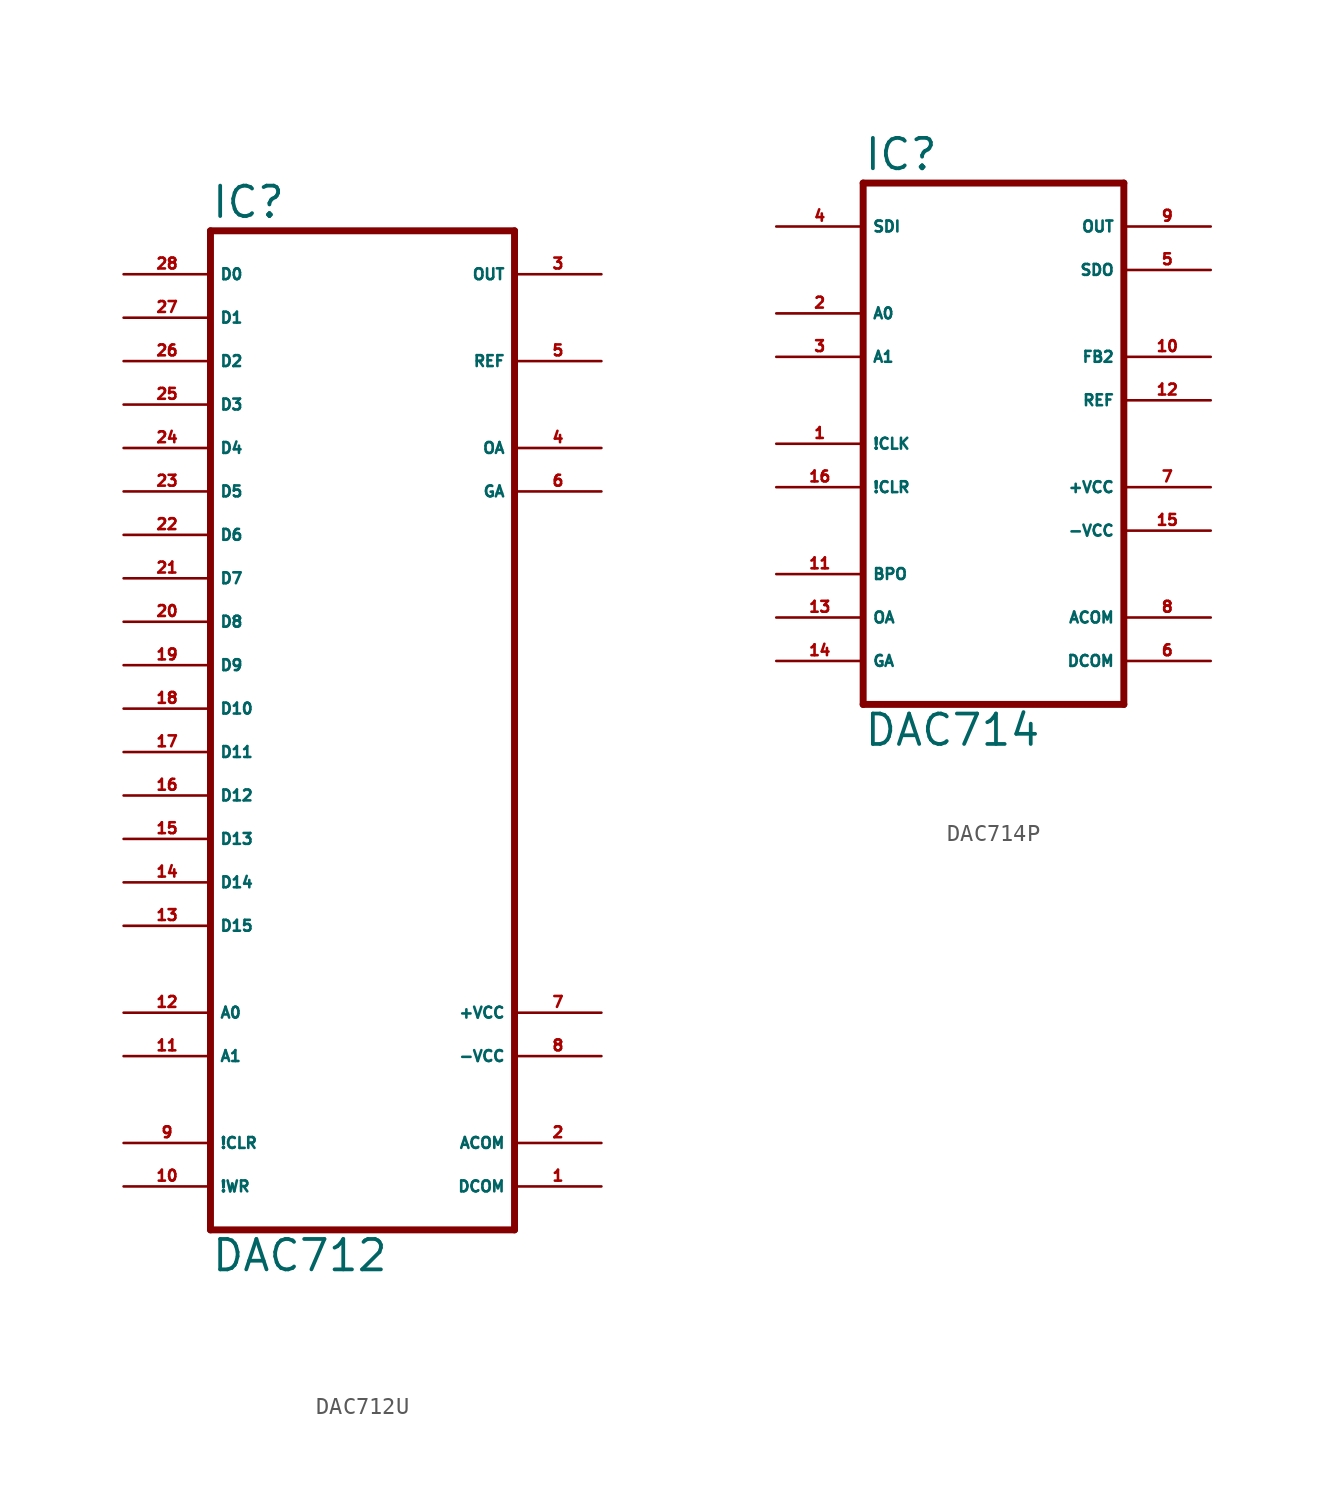
<source format=kicad_sym>
(kicad_symbol_lib
  (version 20220914)
  (generator Eagle2Kicad)
  (symbol "DAC712U"
    (property "Reference" "IC"
      (at -7.62 26.035 0)
      (effects (font (size 1.778 1.778) (thickness 0.22)) (justify left bottom)))
    (property "Value" "DAC712"
      (at -7.62 -35.56 0)
      (effects (font (size 1.778 1.778) (thickness 0.22)) (justify left bottom)))
    (polyline
      (pts (xy -7.62 -33.02) (xy 10.16 -33.02))
      (stroke (width 0.406) (type default))
      (fill (type none)))
    (polyline
      (pts (xy 10.16 -33.02) (xy 10.16 25.4))
      (stroke (width 0.406) (type default))
      (fill (type none)))
    (polyline
      (pts (xy 10.16 25.4) (xy -7.62 25.4))
      (stroke (width 0.406) (type default))
      (fill (type none)))
    (polyline
      (pts (xy -7.62 25.4) (xy -7.62 -33.02))
      (stroke (width 0.406) (type default))
      (fill (type none)))
    (pin input line
      (at -12.7 22.86 0)
      (length 5.08)
      (name "D0" (effects (font (size 0.635 0.635) (thickness 0.08)) (justify left bottom)))
      (number "28" (effects (font (size 0.635 0.635) (thickness 0.08)) (justify left bottom))))
    (pin input line
      (at -12.7 20.32 0)
      (length 5.08)
      (name "D1" (effects (font (size 0.635 0.635) (thickness 0.08)) (justify left bottom)))
      (number "27" (effects (font (size 0.635 0.635) (thickness 0.08)) (justify left bottom))))
    (pin input line
      (at -12.7 17.78 0)
      (length 5.08)
      (name "D2" (effects (font (size 0.635 0.635) (thickness 0.08)) (justify left bottom)))
      (number "26" (effects (font (size 0.635 0.635) (thickness 0.08)) (justify left bottom))))
    (pin input line
      (at -12.7 15.24 0)
      (length 5.08)
      (name "D3" (effects (font (size 0.635 0.635) (thickness 0.08)) (justify left bottom)))
      (number "25" (effects (font (size 0.635 0.635) (thickness 0.08)) (justify left bottom))))
    (pin input line
      (at -12.7 12.7 0)
      (length 5.08)
      (name "D4" (effects (font (size 0.635 0.635) (thickness 0.08)) (justify left bottom)))
      (number "24" (effects (font (size 0.635 0.635) (thickness 0.08)) (justify left bottom))))
    (pin input line
      (at -12.7 10.16 0)
      (length 5.08)
      (name "D5" (effects (font (size 0.635 0.635) (thickness 0.08)) (justify left bottom)))
      (number "23" (effects (font (size 0.635 0.635) (thickness 0.08)) (justify left bottom))))
    (pin input line
      (at -12.7 7.62 0)
      (length 5.08)
      (name "D6" (effects (font (size 0.635 0.635) (thickness 0.08)) (justify left bottom)))
      (number "22" (effects (font (size 0.635 0.635) (thickness 0.08)) (justify left bottom))))
    (pin input line
      (at -12.7 5.08 0)
      (length 5.08)
      (name "D7" (effects (font (size 0.635 0.635) (thickness 0.08)) (justify left bottom)))
      (number "21" (effects (font (size 0.635 0.635) (thickness 0.08)) (justify left bottom))))
    (pin input line
      (at -12.7 2.54 0)
      (length 5.08)
      (name "D8" (effects (font (size 0.635 0.635) (thickness 0.08)) (justify left bottom)))
      (number "20" (effects (font (size 0.635 0.635) (thickness 0.08)) (justify left bottom))))
    (pin input line
      (at -12.7 0 0)
      (length 5.08)
      (name "D9" (effects (font (size 0.635 0.635) (thickness 0.08)) (justify left bottom)))
      (number "19" (effects (font (size 0.635 0.635) (thickness 0.08)) (justify left bottom))))
    (pin input line
      (at -12.7 -2.54 0)
      (length 5.08)
      (name "D10" (effects (font (size 0.635 0.635) (thickness 0.08)) (justify left bottom)))
      (number "18" (effects (font (size 0.635 0.635) (thickness 0.08)) (justify left bottom))))
    (pin input line
      (at -12.7 -5.08 0)
      (length 5.08)
      (name "D11" (effects (font (size 0.635 0.635) (thickness 0.08)) (justify left bottom)))
      (number "17" (effects (font (size 0.635 0.635) (thickness 0.08)) (justify left bottom))))
    (pin input line
      (at -12.7 -7.62 0)
      (length 5.08)
      (name "D12" (effects (font (size 0.635 0.635) (thickness 0.08)) (justify left bottom)))
      (number "16" (effects (font (size 0.635 0.635) (thickness 0.08)) (justify left bottom))))
    (pin input line
      (at -12.7 -10.16 0)
      (length 5.08)
      (name "D13" (effects (font (size 0.635 0.635) (thickness 0.08)) (justify left bottom)))
      (number "15" (effects (font (size 0.635 0.635) (thickness 0.08)) (justify left bottom))))
    (pin input line
      (at -12.7 -12.7 0)
      (length 5.08)
      (name "D14" (effects (font (size 0.635 0.635) (thickness 0.08)) (justify left bottom)))
      (number "14" (effects (font (size 0.635 0.635) (thickness 0.08)) (justify left bottom))))
    (pin input line
      (at -12.7 -20.32 0)
      (length 5.08)
      (name "A0" (effects (font (size 0.635 0.635) (thickness 0.08)) (justify left bottom)))
      (number "12" (effects (font (size 0.635 0.635) (thickness 0.08)) (justify left bottom))))
    (pin input line
      (at -12.7 -22.86 0)
      (length 5.08)
      (name "A1" (effects (font (size 0.635 0.635) (thickness 0.08)) (justify left bottom)))
      (number "11" (effects (font (size 0.635 0.635) (thickness 0.08)) (justify left bottom))))
    (pin input line
      (at -12.7 -27.94 0)
      (length 5.08)
      (name "!CLR" (effects (font (size 0.635 0.635) (thickness 0.08)) (justify left bottom)))
      (number "9" (effects (font (size 0.635 0.635) (thickness 0.08)) (justify left bottom))))
    (pin input line
      (at -12.7 -30.48 0)
      (length 5.08)
      (name "!WR" (effects (font (size 0.635 0.635) (thickness 0.08)) (justify left bottom)))
      (number "10" (effects (font (size 0.635 0.635) (thickness 0.08)) (justify left bottom))))
    (pin output line
      (at 15.24 22.86 180)
      (length 5.08)
      (name "OUT" (effects (font (size 0.635 0.635) (thickness 0.08)) (justify left bottom)))
      (number "3" (effects (font (size 0.635 0.635) (thickness 0.08)) (justify left bottom))))
    (pin output line
      (at 15.24 17.78 180)
      (length 5.08)
      (name "REF" (effects (font (size 0.635 0.635) (thickness 0.08)) (justify left bottom)))
      (number "5" (effects (font (size 0.635 0.635) (thickness 0.08)) (justify left bottom))))
    (pin unspecified line
      (at 15.24 -30.48 180)
      (length 5.08)
      (name "DCOM" (effects (font (size 0.635 0.635) (thickness 0.08)) (justify left bottom)))
      (number "1" (effects (font (size 0.635 0.635) (thickness 0.08)) (justify left bottom))))
    (pin unspecified line
      (at 15.24 -27.94 180)
      (length 5.08)
      (name "ACOM" (effects (font (size 0.635 0.635) (thickness 0.08)) (justify left bottom)))
      (number "2" (effects (font (size 0.635 0.635) (thickness 0.08)) (justify left bottom))))
    (pin unspecified line
      (at 15.24 -22.86 180)
      (length 5.08)
      (name "-VCC" (effects (font (size 0.635 0.635) (thickness 0.08)) (justify left bottom)))
      (number "8" (effects (font (size 0.635 0.635) (thickness 0.08)) (justify left bottom))))
    (pin unspecified line
      (at 15.24 -20.32 180)
      (length 5.08)
      (name "+VCC" (effects (font (size 0.635 0.635) (thickness 0.08)) (justify left bottom)))
      (number "7" (effects (font (size 0.635 0.635) (thickness 0.08)) (justify left bottom))))
    (pin passive line
      (at 15.24 12.7 180)
      (length 5.08)
      (name "OA" (effects (font (size 0.635 0.635) (thickness 0.08)) (justify left bottom)))
      (number "4" (effects (font (size 0.635 0.635) (thickness 0.08)) (justify left bottom))))
    (pin passive line
      (at 15.24 10.16 180)
      (length 5.08)
      (name "GA" (effects (font (size 0.635 0.635) (thickness 0.08)) (justify left bottom)))
      (number "6" (effects (font (size 0.635 0.635) (thickness 0.08)) (justify left bottom))))
    (pin input line
      (at -12.7 -15.24 0)
      (length 5.08)
      (name "D15" (effects (font (size 0.635 0.635) (thickness 0.08)) (justify left bottom)))
      (number "13" (effects (font (size 0.635 0.635) (thickness 0.08)) (justify left bottom)))))
  (symbol "DAC714P"
    (property "Reference" "IC"
      (at -7.62 15.875 0)
      (effects (font (size 1.778 1.778) (thickness 0.22)) (justify left bottom)))
    (property "Value" "DAC714"
      (at -7.62 -17.78 0)
      (effects (font (size 1.778 1.778) (thickness 0.22)) (justify left bottom)))
    (polyline
      (pts (xy -7.62 -15.24) (xy 7.62 -15.24))
      (stroke (width 0.406) (type default))
      (fill (type none)))
    (polyline
      (pts (xy 7.62 -15.24) (xy 7.62 15.24))
      (stroke (width 0.406) (type default))
      (fill (type none)))
    (polyline
      (pts (xy 7.62 15.24) (xy -7.62 15.24))
      (stroke (width 0.406) (type default))
      (fill (type none)))
    (polyline
      (pts (xy -7.62 15.24) (xy -7.62 -15.24))
      (stroke (width 0.406) (type default))
      (fill (type none)))
    (pin input line
      (at -12.7 12.7 0)
      (length 5.08)
      (name "SDI" (effects (font (size 0.635 0.635) (thickness 0.08)) (justify left bottom)))
      (number "4" (effects (font (size 0.635 0.635) (thickness 0.08)) (justify left bottom))))
    (pin input line
      (at -12.7 7.62 0)
      (length 5.08)
      (name "A0" (effects (font (size 0.635 0.635) (thickness 0.08)) (justify left bottom)))
      (number "2" (effects (font (size 0.635 0.635) (thickness 0.08)) (justify left bottom))))
    (pin input line
      (at -12.7 5.08 0)
      (length 5.08)
      (name "A1" (effects (font (size 0.635 0.635) (thickness 0.08)) (justify left bottom)))
      (number "3" (effects (font (size 0.635 0.635) (thickness 0.08)) (justify left bottom))))
    (pin input line
      (at -12.7 0 0)
      (length 5.08)
      (name "!CLK" (effects (font (size 0.635 0.635) (thickness 0.08)) (justify left bottom)))
      (number "1" (effects (font (size 0.635 0.635) (thickness 0.08)) (justify left bottom))))
    (pin input line
      (at -12.7 -2.54 0)
      (length 5.08)
      (name "!CLR" (effects (font (size 0.635 0.635) (thickness 0.08)) (justify left bottom)))
      (number "16" (effects (font (size 0.635 0.635) (thickness 0.08)) (justify left bottom))))
    (pin output line
      (at 12.7 12.7 180)
      (length 5.08)
      (name "OUT" (effects (font (size 0.635 0.635) (thickness 0.08)) (justify left bottom)))
      (number "9" (effects (font (size 0.635 0.635) (thickness 0.08)) (justify left bottom))))
    (pin output line
      (at 12.7 10.16 180)
      (length 5.08)
      (name "SDO" (effects (font (size 0.635 0.635) (thickness 0.08)) (justify left bottom)))
      (number "5" (effects (font (size 0.635 0.635) (thickness 0.08)) (justify left bottom))))
    (pin output line
      (at 12.7 5.08 180)
      (length 5.08)
      (name "FB2" (effects (font (size 0.635 0.635) (thickness 0.08)) (justify left bottom)))
      (number "10" (effects (font (size 0.635 0.635) (thickness 0.08)) (justify left bottom))))
    (pin output line
      (at 12.7 2.54 180)
      (length 5.08)
      (name "REF" (effects (font (size 0.635 0.635) (thickness 0.08)) (justify left bottom)))
      (number "12" (effects (font (size 0.635 0.635) (thickness 0.08)) (justify left bottom))))
    (pin passive line
      (at -12.7 -7.62 0)
      (length 5.08)
      (name "BPO" (effects (font (size 0.635 0.635) (thickness 0.08)) (justify left bottom)))
      (number "11" (effects (font (size 0.635 0.635) (thickness 0.08)) (justify left bottom))))
    (pin passive line
      (at -12.7 -10.16 0)
      (length 5.08)
      (name "OA" (effects (font (size 0.635 0.635) (thickness 0.08)) (justify left bottom)))
      (number "13" (effects (font (size 0.635 0.635) (thickness 0.08)) (justify left bottom))))
    (pin passive line
      (at -12.7 -12.7 0)
      (length 5.08)
      (name "GA" (effects (font (size 0.635 0.635) (thickness 0.08)) (justify left bottom)))
      (number "14" (effects (font (size 0.635 0.635) (thickness 0.08)) (justify left bottom))))
    (pin unspecified line
      (at 12.7 -12.7 180)
      (length 5.08)
      (name "DCOM" (effects (font (size 0.635 0.635) (thickness 0.08)) (justify left bottom)))
      (number "6" (effects (font (size 0.635 0.635) (thickness 0.08)) (justify left bottom))))
    (pin unspecified line
      (at 12.7 -10.16 180)
      (length 5.08)
      (name "ACOM" (effects (font (size 0.635 0.635) (thickness 0.08)) (justify left bottom)))
      (number "8" (effects (font (size 0.635 0.635) (thickness 0.08)) (justify left bottom))))
    (pin unspecified line
      (at 12.7 -5.08 180)
      (length 5.08)
      (name "-VCC" (effects (font (size 0.635 0.635) (thickness 0.08)) (justify left bottom)))
      (number "15" (effects (font (size 0.635 0.635) (thickness 0.08)) (justify left bottom))))
    (pin unspecified line
      (at 12.7 -2.54 180)
      (length 5.08)
      (name "+VCC" (effects (font (size 0.635 0.635) (thickness 0.08)) (justify left bottom)))
      (number "7" (effects (font (size 0.635 0.635) (thickness 0.08)) (justify left bottom))))))
</source>
